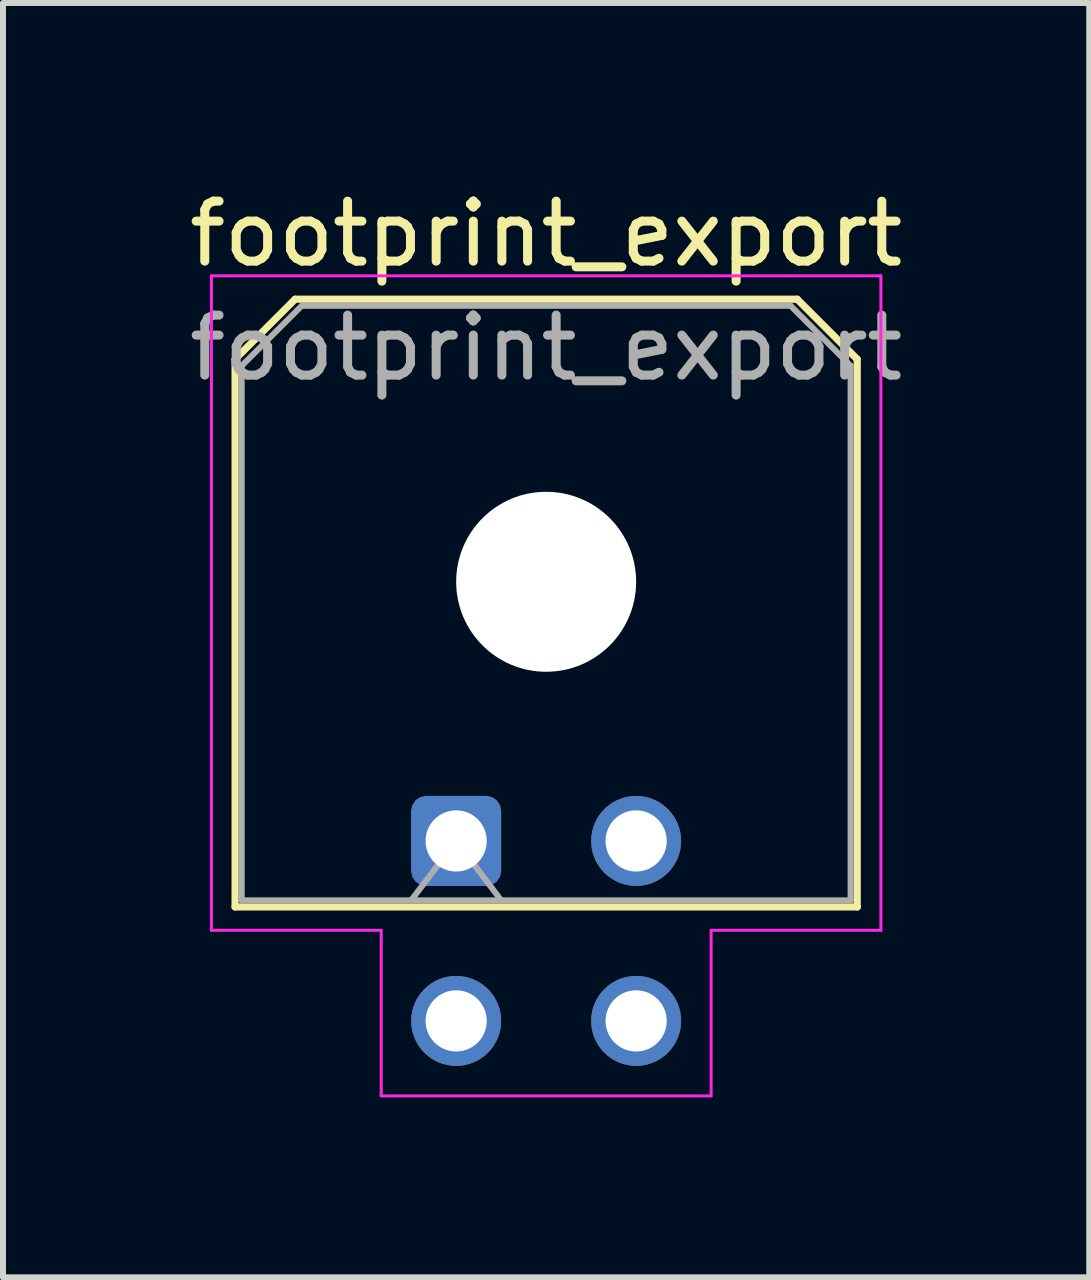
<source format=kicad_pcb>
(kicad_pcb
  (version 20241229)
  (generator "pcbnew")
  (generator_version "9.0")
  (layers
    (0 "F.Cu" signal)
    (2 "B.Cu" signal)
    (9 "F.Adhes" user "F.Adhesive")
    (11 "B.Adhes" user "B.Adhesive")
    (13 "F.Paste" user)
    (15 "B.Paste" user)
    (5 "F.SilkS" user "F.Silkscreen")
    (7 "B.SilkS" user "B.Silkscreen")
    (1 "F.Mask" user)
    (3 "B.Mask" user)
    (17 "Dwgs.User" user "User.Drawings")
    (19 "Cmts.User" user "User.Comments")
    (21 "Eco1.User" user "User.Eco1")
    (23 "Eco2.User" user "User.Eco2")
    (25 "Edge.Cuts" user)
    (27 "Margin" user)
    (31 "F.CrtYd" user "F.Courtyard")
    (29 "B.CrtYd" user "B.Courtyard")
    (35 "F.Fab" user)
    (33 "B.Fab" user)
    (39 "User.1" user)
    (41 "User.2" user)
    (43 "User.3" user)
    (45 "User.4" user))
  (footprint "footprint_export"
    (layer "F.Cu")
    (at 4.554 10.968)
    (property "Reference" "footprint_export" (at 1.5 -10.12 0) (layer "F.SilkS") (effects (font (size 1 1) (thickness 0.15))))
    (attr through_hole)
    (fp_line (start -3.685 -8.03) (end -2.685 -9.03) (stroke (width 0.12) (type solid)) (layer "F.SilkS"))
    (fp_line (start -3.685 1.1) (end -3.685 -8.03) (stroke (width 0.12) (type solid)) (layer "F.SilkS"))
    (fp_line (start -2.685 -9.03) (end 5.685 -9.03) (stroke (width 0.12) (type solid)) (layer "F.SilkS"))
    (fp_line (start 5.685 -9.03) (end 6.685 -8.03) (stroke (width 0.12) (type solid)) (layer "F.SilkS"))
    (fp_line (start 6.685 -8.03) (end 6.685 1.1) (stroke (width 0.12) (type solid)) (layer "F.SilkS"))
    (fp_line (start 6.685 1.1) (end -3.685 1.1) (stroke (width 0.12) (type solid)) (layer "F.SilkS"))
    (fp_line (start -4.08 -9.42) (end 7.08 -9.42) (stroke (width 0.05) (type solid)) (layer "F.CrtYd"))
    (fp_line (start -4.08 1.49) (end -4.08 -9.42) (stroke (width 0.05) (type solid)) (layer "F.CrtYd"))
    (fp_line (start -1.25 1.49) (end -4.08 1.49) (stroke (width 0.05) (type solid)) (layer "F.CrtYd"))
    (fp_line (start -1.25 4.25) (end -1.25 1.49) (stroke (width 0.05) (type solid)) (layer "F.CrtYd"))
    (fp_line (start 4.25 1.49) (end 4.25 4.25) (stroke (width 0.05) (type solid)) (layer "F.CrtYd"))
    (fp_line (start 4.25 4.25) (end -1.25 4.25) (stroke (width 0.05) (type solid)) (layer "F.CrtYd"))
    (fp_line (start 7.08 -9.42) (end 7.08 1.49) (stroke (width 0.05) (type solid)) (layer "F.CrtYd"))
    (fp_line (start 7.08 1.49) (end 4.25 1.49) (stroke (width 0.05) (type solid)) (layer "F.CrtYd"))
    (fp_line (start -3.575 -7.92) (end -2.575 -8.92) (stroke (width 0.1) (type solid)) (layer "F.Fab"))
    (fp_line (start -3.575 0.99) (end -3.575 -7.92) (stroke (width 0.1) (type solid)) (layer "F.Fab"))
    (fp_line (start -2.575 -8.92) (end 5.575 -8.92) (stroke (width 0.1) (type solid)) (layer "F.Fab"))
    (fp_line (start -0.75 0.99) (end 0 0) (stroke (width 0.1) (type solid)) (layer "F.Fab"))
    (fp_line (start 0 0) (end 0.75 0.99) (stroke (width 0.1) (type solid)) (layer "F.Fab"))
    (fp_line (start 5.575 -8.92) (end 6.575 -7.92) (stroke (width 0.1) (type solid)) (layer "F.Fab"))
    (fp_line (start 6.575 -7.92) (end 6.575 0.99) (stroke (width 0.1) (type solid)) (layer "F.Fab"))
    (fp_line (start 6.575 0.99) (end -3.575 0.99) (stroke (width 0.1) (type solid)) (layer "F.Fab"))
    (fp_text user "${REFERENCE}" (at 1.5 -8.22 0) (layer "F.Fab") (effects (font (size 1 1) (thickness 0.15))))
    (pad "" np_thru_hole circle (at 1.5 -4.32) (size 3 3) (drill 3) (layers "*.Cu" "*.Mask"))
    (pad "1" thru_hole roundrect (at 0 0) (size 1.5 1.5) (drill 1.02) (layers "*.Cu" "*.Mask") (roundrect_rratio 0.167))
    (pad "2" thru_hole circle (at 3 0) (size 1.5 1.5) (drill 1.02) (layers "*.Cu" "*.Mask"))
    (pad "3" thru_hole circle (at 0 3) (size 1.5 1.5) (drill 1.02) (layers "*.Cu" "*.Mask"))
    (pad "4" thru_hole circle (at 3 3) (size 1.5 1.5) (drill 1.02) (layers "*.Cu" "*.Mask")))
  (gr_rect
    (start -3 -3)
    (end 15.107 18.243)
    (stroke (width 0.1) (type default))
    (fill no)
    (layer "Edge.Cuts")))
</source>
